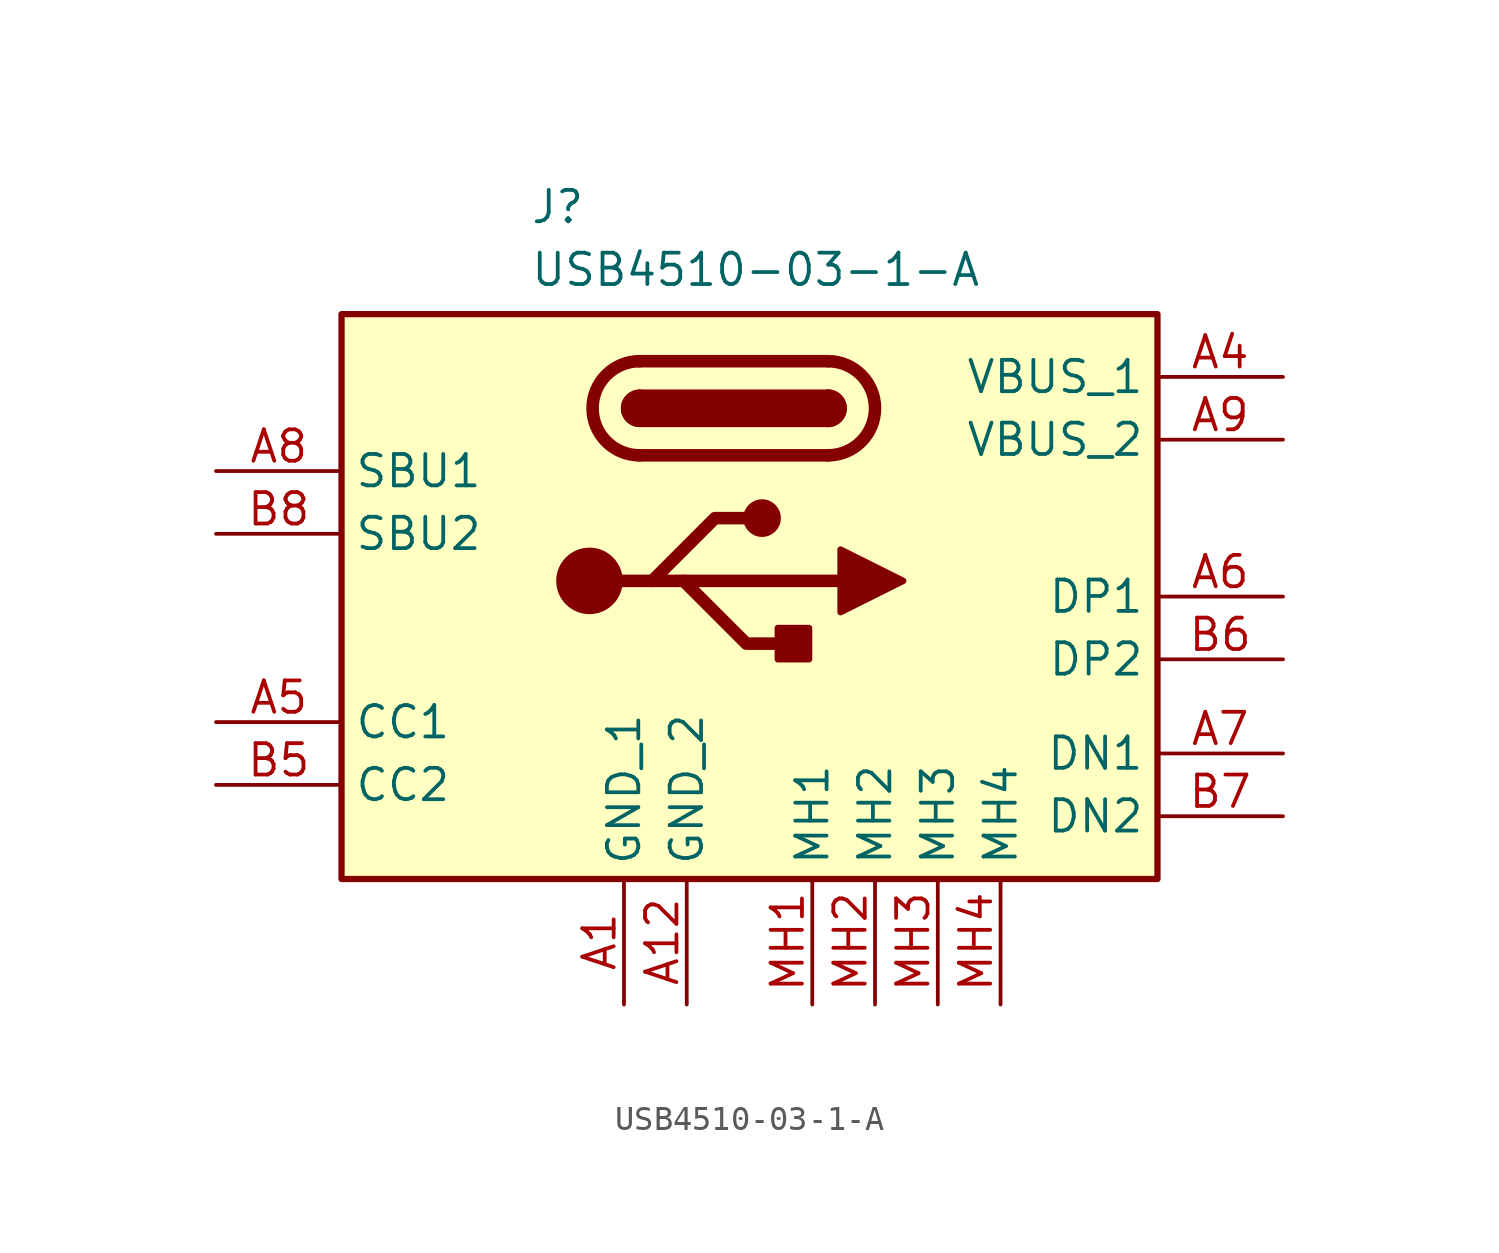
<source format=kicad_sym>
(kicad_symbol_lib
  (version 20220914)
  (generator kicad_symbol_editor)
  (symbol "USB4510-03-1-A"
    (property "Reference" "J"
      (at 12.7 7.62 0)
      (effects (font (size 1.27 1.27)) (justify left top)))
    (property "Value" "USB4510-03-1-A"
      (at 12.7 5.08 0)
      (effects (font (size 1.27 1.27)) (justify left top)))
    (symbol "USB4510-03-1-A_0_1"
      (polyline (pts (xy 15.113 -8.255) (xy 25.273 -8.255)) (stroke (width 0.508) (type default)) (fill (type none)))
      (polyline (pts (xy 17.145 0.635) (xy 24.765 0.635)) (stroke (width 0.508) (type default)) (fill (type none)))
      (polyline (pts (xy 24.765 -3.175) (xy 17.145 -3.175)) (stroke (width 0.508) (type default)) (fill (type none)))
      (polyline (pts (xy 17.653 -8.255) (xy 20.193 -5.715) (xy 21.463 -5.715)) (stroke (width 0.508) (type default)) (fill (type none)))
      (polyline (pts (xy 18.923 -8.255) (xy 21.463 -10.795) (xy 22.733 -10.795)) (stroke (width 0.508) (type default)) (fill (type none)))
      (polyline (pts (xy 25.273 -6.985) (xy 27.813 -8.255) (xy 25.273 -9.525) (xy 25.273 -6.985)) (stroke (width 0.254) (type default)) (fill (type outline)))
      (circle (center 15.113 -8.255) (radius 1.27) (stroke (width 0) (type default)) (fill (type outline)))
      (arc (start 17.145 -0.635) (mid 16.5127 -1.27) (end 17.145 -1.905) (stroke (width 0.254) (type default)) (fill (type none)))
      (arc (start 17.145 -0.635) (mid 16.5127 -1.27) (end 17.145 -1.905) (stroke (width 0.254) (type default)) (fill (type outline)))
      (rectangle (start 17.145 -0.635) (end 24.765 -1.905) (stroke (width 0.254) (type default)) (fill (type outline)))
      (arc (start 17.145 0.635) (mid 15.2483 -1.27) (end 17.145 -3.175) (stroke (width 0.508) (type default)) (fill (type none)))
      (circle (center 22.098 -5.715) (radius 0.635) (stroke (width 0.254) (type default)) (fill (type outline)))
      (rectangle (start 22.733 -10.16) (end 24.003 -11.43) (stroke (width 0.254) (type default)) (fill (type outline)))
      (arc (start 24.765 -3.175) (mid 26.6617 -1.27) (end 24.765 0.635) (stroke (width 0.508) (type default)) (fill (type none)))
      (arc (start 24.765 -1.905) (mid 25.3973 -1.27) (end 24.765 -0.635) (stroke (width 0.254) (type default)) (fill (type none)))
      (arc (start 24.765 -1.905) (mid 25.3973 -1.27) (end 24.765 -0.635) (stroke (width 0.254) (type default)) (fill (type outline))))
    (symbol "USB4510-03-1-A_1_1"
      (rectangle (start 5.08 2.54) (end 38.1 -20.32) (stroke (width 0.254) (type default)) (fill (type background)))
      (pin passive line (at 16.51 -25.4 90) (length 5.08) (name "GND_1" (effects (font (size 1.27 1.27)))) (number "A1" (effects (font (size 1.27 1.27)))))
      (pin passive line (at 19.05 -25.4 90) (length 5.08) (name "GND_2" (effects (font (size 1.27 1.27)))) (number "A12" (effects (font (size 1.27 1.27)))))
      (pin passive line (at 43.18 0 180) (length 5.08) (name "VBUS_1" (effects (font (size 1.27 1.27)))) (number "A4" (effects (font (size 1.27 1.27)))))
      (pin passive line (at 0 -13.97 0) (length 5.08) (name "CC1" (effects (font (size 1.27 1.27)))) (number "A5" (effects (font (size 1.27 1.27)))))
      (pin passive line (at 43.18 -8.89 180) (length 5.08) (name "DP1" (effects (font (size 1.27 1.27)))) (number "A6" (effects (font (size 1.27 1.27)))))
      (pin passive line (at 43.18 -15.24 180) (length 5.08) (name "DN1" (effects (font (size 1.27 1.27)))) (number "A7" (effects (font (size 1.27 1.27)))))
      (pin passive line (at 0 -3.81 0) (length 5.08) (name "SBU1" (effects (font (size 1.27 1.27)))) (number "A8" (effects (font (size 1.27 1.27)))))
      (pin passive line (at 43.18 -2.54 180) (length 5.08) (name "VBUS_2" (effects (font (size 1.27 1.27)))) (number "A9" (effects (font (size 1.27 1.27)))))
      (pin passive line (at 0 -16.51 0) (length 5.08) (name "CC2" (effects (font (size 1.27 1.27)))) (number "B5" (effects (font (size 1.27 1.27)))))
      (pin passive line (at 43.18 -11.43 180) (length 5.08) (name "DP2" (effects (font (size 1.27 1.27)))) (number "B6" (effects (font (size 1.27 1.27)))))
      (pin passive line (at 43.18 -17.78 180) (length 5.08) (name "DN2" (effects (font (size 1.27 1.27)))) (number "B7" (effects (font (size 1.27 1.27)))))
      (pin passive line (at 0 -6.35 0) (length 5.08) (name "SBU2" (effects (font (size 1.27 1.27)))) (number "B8" (effects (font (size 1.27 1.27)))))
      (pin passive line (at 24.13 -25.4 90) (length 5.08) (name "MH1" (effects (font (size 1.27 1.27)))) (number "MH1" (effects (font (size 1.27 1.27)))))
      (pin passive line (at 26.67 -25.4 90) (length 5.08) (name "MH2" (effects (font (size 1.27 1.27)))) (number "MH2" (effects (font (size 1.27 1.27)))))
      (pin passive line (at 29.21 -25.4 90) (length 5.08) (name "MH3" (effects (font (size 1.27 1.27)))) (number "MH3" (effects (font (size 1.27 1.27)))))
      (pin passive line (at 31.75 -25.4 90) (length 5.08) (name "MH4" (effects (font (size 1.27 1.27)))) (number "MH4" (effects (font (size 1.27 1.27))))))))
</source>
